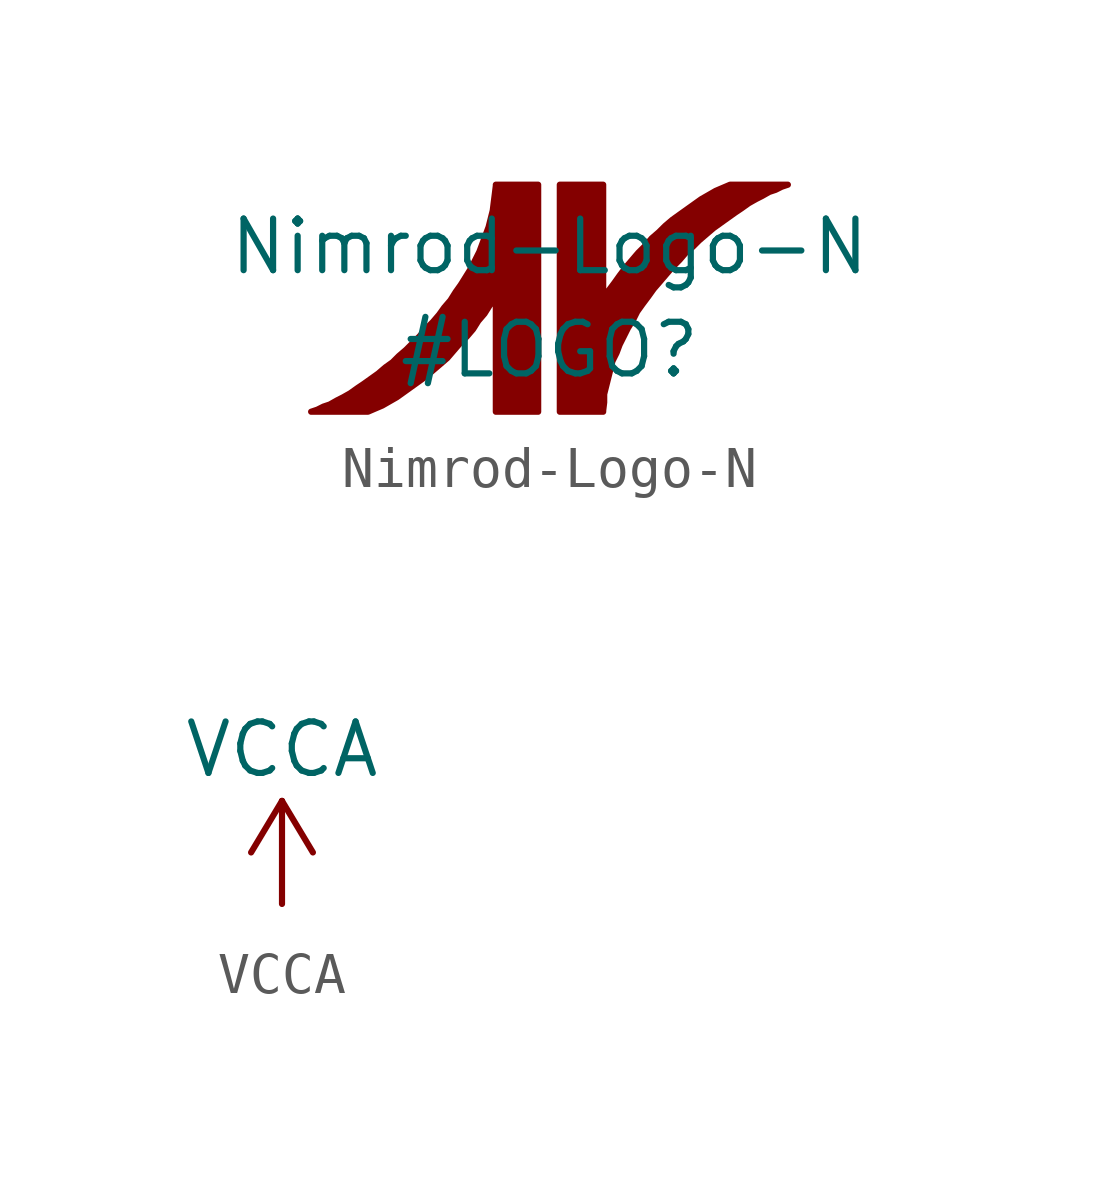
<source format=kicad_sym>
(kicad_symbol_lib
  (version 20201005)
  (generator kicad_symbol_editor)
  (symbol "Nimrod-Logo-N"
    (pin_names
      (offset 1.016))
    (property "Reference" "#LOGO"
      (at 0 -1.27 0)
      (effects (font (size 1.27 1.27))))
    (property "Value" "Nimrod-Logo-N"
      (at 0 1.27 0)
      (effects (font (size 1.27 1.27))))
    (symbol "Nimrod-Logo-N_0_1"
      (polyline (pts (xy -1.321 2.794) (xy -1.321 2.769) (xy -1.346 2.565) (xy -1.372 2.362) (xy -1.397 2.159) (xy -1.448 1.956) (xy -1.499 1.753) (xy -1.575 1.549) (xy -1.651 1.346) (xy -1.727 1.143) (xy -1.829 0.94) (xy -1.93 0.737) (xy -2.057 0.533) (xy -2.184 0.33) (xy -2.311 0.152) (xy -2.438 -0.051) (xy -2.591 -0.229) (xy -2.718 -0.406) (xy -2.87 -0.584) (xy -3.048 -0.762) (xy -3.2 -0.94) (xy -3.353 -1.092) (xy -3.531 -1.27) (xy -3.708 -1.422) (xy -3.861 -1.575) (xy -4.039 -1.702) (xy -4.216 -1.854) (xy -4.394 -1.981) (xy -4.572 -2.108) (xy -4.724 -2.21) (xy -4.902 -2.337) (xy -5.08 -2.438) (xy -5.232 -2.515) (xy -5.41 -2.616) (xy -5.563 -2.667) (xy -5.715 -2.743) (xy -5.867 -2.794) (xy -5.791 -2.794) (xy -5.588 -2.794) (xy -5.309 -2.794) (xy -5.004 -2.794) (xy -4.75 -2.794) (xy -4.547 -2.794) (xy -4.47 -2.794) (xy -4.293 -2.718) (xy -4.115 -2.642) (xy -3.937 -2.54) (xy -3.759 -2.438) (xy -3.581 -2.311) (xy -3.404 -2.184) (xy -3.226 -2.057) (xy -3.048 -1.93) (xy -2.87 -1.778) (xy -2.692 -1.626) (xy -2.515 -1.473) (xy -2.362 -1.295) (xy -2.21 -1.118) (xy -2.032 -0.94) (xy -1.88 -0.762) (xy -1.753 -0.559) (xy -1.6 -0.381) (xy -1.473 -0.178) (xy -1.321 0.025) (xy -1.321 -2.794) (xy -0.279 -2.794) (xy -0.279 2.794) (xy -1.321 2.794)) (stroke (width 0)) (fill (type outline)))
      (polyline (pts (xy 4.445 2.794) (xy 4.267 2.718) (xy 4.089 2.642) (xy 3.912 2.54) (xy 3.734 2.438) (xy 3.556 2.311) (xy 3.378 2.184) (xy 3.2 2.057) (xy 3.023 1.93) (xy 2.845 1.778) (xy 2.692 1.626) (xy 2.515 1.473) (xy 2.362 1.295) (xy 2.184 1.118) (xy 2.032 0.94) (xy 1.88 0.762) (xy 1.727 0.559) (xy 1.6 0.381) (xy 1.448 0.178) (xy 1.321 -0.025) (xy 1.321 2.794) (xy 0.254 2.794) (xy 0.254 -2.794) (xy 1.321 -2.794) (xy 1.321 -2.769) (xy 1.346 -2.565) (xy 1.346 -2.362) (xy 1.397 -2.159) (xy 1.448 -1.956) (xy 1.499 -1.753) (xy 1.549 -1.549) (xy 1.651 -1.346) (xy 1.727 -1.143) (xy 1.829 -0.94) (xy 1.93 -0.737) (xy 2.057 -0.533) (xy 2.159 -0.33) (xy 2.286 -0.152) (xy 2.438 0.051) (xy 2.565 0.229) (xy 2.718 0.406) (xy 2.87 0.584) (xy 3.023 0.762) (xy 3.2 0.94) (xy 3.353 1.118) (xy 3.531 1.27) (xy 3.683 1.422) (xy 3.861 1.575) (xy 4.039 1.727) (xy 4.216 1.854) (xy 4.394 1.981) (xy 4.572 2.108) (xy 4.724 2.21) (xy 4.902 2.337) (xy 5.08 2.438) (xy 5.232 2.515) (xy 5.41 2.616) (xy 5.563 2.667) (xy 5.715 2.743) (xy 5.867 2.794) (xy 5.791 2.794) (xy 5.588 2.794) (xy 5.309 2.794) (xy 5.004 2.794) (xy 4.724 2.794) (xy 4.521 2.794) (xy 4.445 2.794)) (stroke (width 0)) (fill (type outline)))))
  (symbol "VCCA"
    (power)
    (pin_names
      (offset 0))
    (property "Reference" "#PWR"
      (at 0 -3.81 0)
      (effects (font (size 1.27 1.27)) hide))
    (property "Value" "VCCA"
      (at 0 3.81 0)
      (effects (font (size 1.27 1.27))))
    (symbol "VCCA_0_1"
      (polyline (pts (xy -0.762 1.27) (xy 0 2.54)) (stroke (width 0)) (fill (type none)))
      (polyline (pts (xy 0 0) (xy 0 2.54)) (stroke (width 0)) (fill (type none)))
      (polyline (pts (xy 0 2.54) (xy 0.762 1.27)) (stroke (width 0)) (fill (type none))))
    (symbol "VCCA_1_1"
      (pin power_in line (at 0 0 90) (length 0) hide (name "VCCA" (effects (font (size 1.27 1.27)))) (number "1" (effects (font (size 1.27 1.27))))))))
</source>
